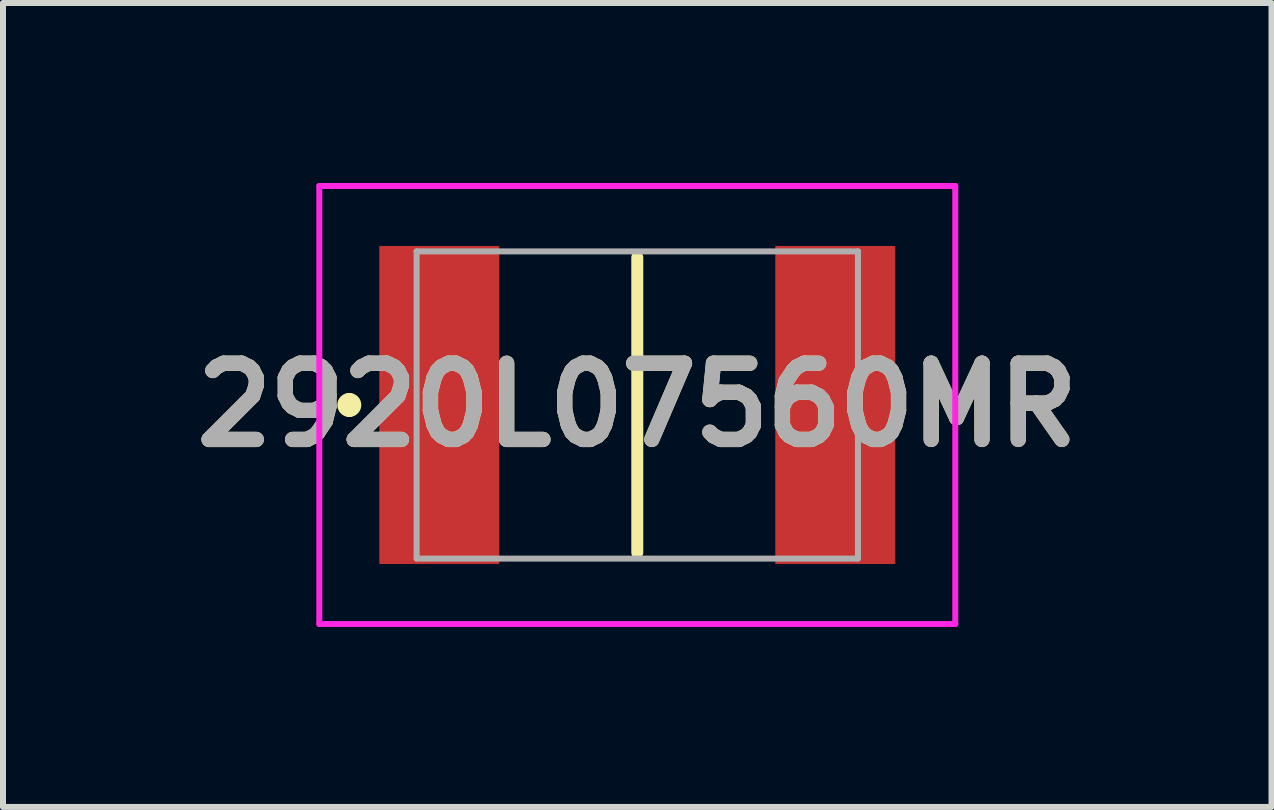
<source format=kicad_pcb>
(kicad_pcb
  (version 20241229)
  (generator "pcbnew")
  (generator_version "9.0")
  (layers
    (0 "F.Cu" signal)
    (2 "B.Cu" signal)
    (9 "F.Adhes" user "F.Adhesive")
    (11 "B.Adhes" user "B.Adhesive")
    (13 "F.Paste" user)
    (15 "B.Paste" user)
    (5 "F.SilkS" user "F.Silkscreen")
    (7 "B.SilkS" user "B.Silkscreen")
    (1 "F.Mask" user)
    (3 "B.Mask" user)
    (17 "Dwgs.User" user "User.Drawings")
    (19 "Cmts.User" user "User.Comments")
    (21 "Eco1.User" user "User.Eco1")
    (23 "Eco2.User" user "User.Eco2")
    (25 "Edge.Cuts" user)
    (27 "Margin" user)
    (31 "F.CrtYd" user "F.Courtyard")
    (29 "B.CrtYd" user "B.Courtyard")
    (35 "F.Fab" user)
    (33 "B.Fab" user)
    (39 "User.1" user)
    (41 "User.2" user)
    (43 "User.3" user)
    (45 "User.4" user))
  (footprint "2920L07560MR"
    (layer "F.Cu")
    (at 7.572 3.7)
    (property "Reference" "2920L07560MR" (at 0 0 0) (layer "F.SilkS") (effects (font (size 1.27 1.27) (thickness 0.254))))
    (attr smd)
    (fp_line (start -4.8 -0.1) (end -4.8 -0.1) (stroke (width 0.2) (type solid)) (layer "F.SilkS"))
    (fp_line (start -4.8 0.1) (end -4.8 0.1) (stroke (width 0.2) (type solid)) (layer "F.SilkS"))
    (fp_line (start 0 -2.46) (end 0 2.46) (stroke (width 0.2) (type solid)) (layer "F.SilkS"))
    (fp_arc (start -4.8 -0.1) (mid -4.7 0) (end -4.8 0.1) (stroke (width 0.2) (type solid)) (layer "F.SilkS"))
    (fp_arc (start -4.8 0.1) (mid -4.9 0) (end -4.8 -0.1) (stroke (width 0.2) (type solid)) (layer "F.SilkS"))
    (fp_line (start -5.3 -3.65) (end 5.3 -3.65) (stroke (width 0.1) (type solid)) (layer "F.CrtYd"))
    (fp_line (start -5.3 3.65) (end -5.3 -3.65) (stroke (width 0.1) (type solid)) (layer "F.CrtYd"))
    (fp_line (start 5.3 -3.65) (end 5.3 3.65) (stroke (width 0.1) (type solid)) (layer "F.CrtYd"))
    (fp_line (start 5.3 3.65) (end -5.3 3.65) (stroke (width 0.1) (type solid)) (layer "F.CrtYd"))
    (fp_line (start -3.678 -2.56) (end 3.678 -2.56) (stroke (width 0.1) (type solid)) (layer "F.Fab"))
    (fp_line (start -3.678 2.56) (end -3.678 -2.56) (stroke (width 0.1) (type solid)) (layer "F.Fab"))
    (fp_line (start 3.678 -2.56) (end 3.678 2.56) (stroke (width 0.1) (type solid)) (layer "F.Fab"))
    (fp_line (start 3.678 2.56) (end -3.678 2.56) (stroke (width 0.1) (type solid)) (layer "F.Fab"))
    (fp_text user "${REFERENCE}" (at 0 0 0) (layer "F.Fab") (effects (font (size 1.27 1.27) (thickness 0.254))))
    (pad "1" smd rect (at -3.3 0) (size 2 5.3) (layers "F.Cu" "F.Mask" "F.Paste"))
    (pad "2" smd rect (at 3.3 0) (size 2 5.3) (layers "F.Cu" "F.Mask" "F.Paste")))
  (gr_rect
    (start -3 -3)
    (end 18.143 10.4)
    (stroke (width 0.1) (type default))
    (fill no)
    (layer "Edge.Cuts")))
</source>
